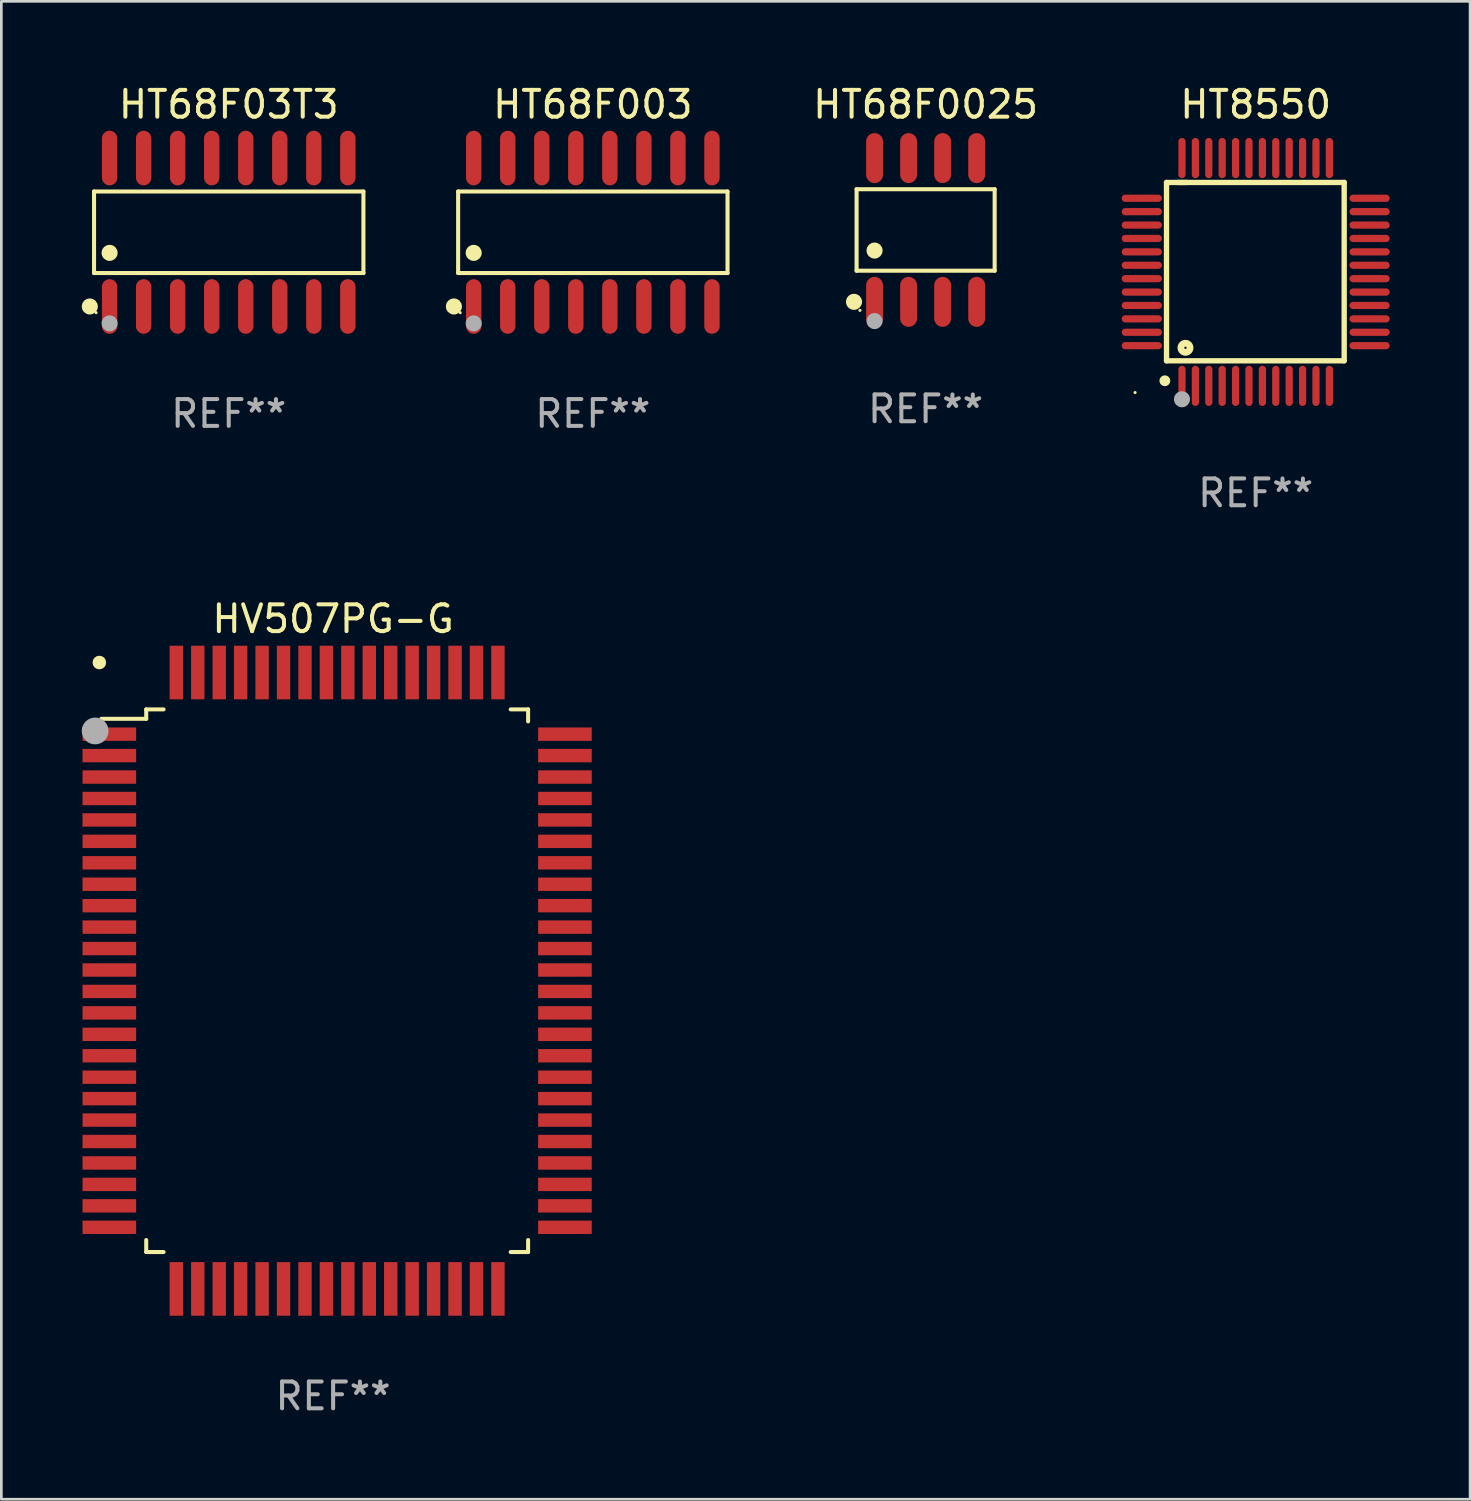
<source format=kicad_pcb>
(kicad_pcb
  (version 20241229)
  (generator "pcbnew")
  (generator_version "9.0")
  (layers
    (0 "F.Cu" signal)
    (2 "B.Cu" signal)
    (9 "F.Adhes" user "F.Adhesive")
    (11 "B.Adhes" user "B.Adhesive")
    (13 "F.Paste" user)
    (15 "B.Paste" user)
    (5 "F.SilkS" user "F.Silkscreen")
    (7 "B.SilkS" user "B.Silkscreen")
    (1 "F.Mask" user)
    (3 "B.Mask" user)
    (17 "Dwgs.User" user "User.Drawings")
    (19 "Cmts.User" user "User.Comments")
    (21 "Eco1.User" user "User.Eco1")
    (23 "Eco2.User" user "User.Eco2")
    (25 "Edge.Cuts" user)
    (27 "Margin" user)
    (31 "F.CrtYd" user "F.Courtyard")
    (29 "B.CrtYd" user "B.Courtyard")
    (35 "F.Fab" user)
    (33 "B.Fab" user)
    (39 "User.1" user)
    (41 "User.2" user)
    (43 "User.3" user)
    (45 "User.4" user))
  (footprint "HT8550"
    (layer "F.Cu")
    (at 43.805 7.098)
    (property "Reference" "HT8550" (at 0 -6.25 0) (layer "F.SilkS") (effects (font (size 1 1) (thickness 0.15))))
    (attr through_hole)
    (fp_line (start -3.327 -3.34) (end -2.565 -3.34) (stroke (width 0.2) (type solid)) (layer "F.SilkS"))
    (fp_line (start -3.327 3.315) (end -3.327 -3.34) (stroke (width 0.2) (type solid)) (layer "F.SilkS"))
    (fp_line (start -2.896 -3.34) (end 3.302 -3.34) (stroke (width 0.2) (type solid)) (layer "F.SilkS"))
    (fp_line (start 3.302 -3.34) (end 3.302 3.315) (stroke (width 0.2) (type solid)) (layer "F.SilkS"))
    (fp_line (start 3.302 3.315) (end -3.327 3.315) (stroke (width 0.2) (type solid)) (layer "F.SilkS"))
    (fp_arc (start -3.389992 4.059995) (mid -3.388722 4.059991) (end -3.387452 4.059995) (stroke (width 0.4) (type solid)) (layer "F.SilkS"))
    (fp_circle (center -4.5 4.5) (end -4.47 4.5) (stroke (width 0.06) (type solid)) (fill no) (layer "F.SilkS"))
    (fp_circle (center -2.62 2.83) (end -2.45 2.83) (stroke (width 0.254) (type solid)) (fill no) (layer "F.SilkS"))
    (fp_circle (center -2.75 4.75) (end -2.6 4.75) (stroke (width 0.3) (type solid)) (fill no) (layer "F.Fab"))
    (fp_text user "REF**" (at 0 8.25 0) (layer "F.Fab") (effects (font (size 1 1) (thickness 0.15))))
    (pad "1" smd oval (at -2.75 4.25) (size 0.27 1.5) (layers "F.Cu" "F.Mask" "F.Paste"))
    (pad "2" smd oval (at -2.25 4.25) (size 0.27 1.5) (layers "F.Cu" "F.Mask" "F.Paste"))
    (pad "3" smd oval (at -1.75 4.25) (size 0.27 1.5) (layers "F.Cu" "F.Mask" "F.Paste"))
    (pad "4" smd oval (at -1.25 4.25) (size 0.27 1.5) (layers "F.Cu" "F.Mask" "F.Paste"))
    (pad "5" smd oval (at -0.75 4.25) (size 0.27 1.5) (layers "F.Cu" "F.Mask" "F.Paste"))
    (pad "6" smd oval (at -0.25 4.25) (size 0.27 1.5) (layers "F.Cu" "F.Mask" "F.Paste"))
    (pad "7" smd oval (at 0.25 4.25) (size 0.27 1.5) (layers "F.Cu" "F.Mask" "F.Paste"))
    (pad "8" smd oval (at 0.75 4.25) (size 0.27 1.5) (layers "F.Cu" "F.Mask" "F.Paste"))
    (pad "9" smd oval (at 1.25 4.25) (size 0.27 1.5) (layers "F.Cu" "F.Mask" "F.Paste"))
    (pad "10" smd oval (at 1.75 4.25) (size 0.27 1.5) (layers "F.Cu" "F.Mask" "F.Paste"))
    (pad "11" smd oval (at 2.25 4.25) (size 0.27 1.5) (layers "F.Cu" "F.Mask" "F.Paste"))
    (pad "12" smd oval (at 2.75 4.25) (size 0.27 1.5) (layers "F.Cu" "F.Mask" "F.Paste"))
    (pad "13" smd oval (at 4.25 2.75) (size 1.5 0.27) (layers "F.Cu" "F.Mask" "F.Paste"))
    (pad "14" smd oval (at 4.25 2.25) (size 1.5 0.27) (layers "F.Cu" "F.Mask" "F.Paste"))
    (pad "15" smd oval (at 4.25 1.75) (size 1.5 0.27) (layers "F.Cu" "F.Mask" "F.Paste"))
    (pad "16" smd oval (at 4.25 1.25) (size 1.5 0.27) (layers "F.Cu" "F.Mask" "F.Paste"))
    (pad "17" smd oval (at 4.25 0.75) (size 1.5 0.27) (layers "F.Cu" "F.Mask" "F.Paste"))
    (pad "18" smd oval (at 4.25 0.25) (size 1.5 0.27) (layers "F.Cu" "F.Mask" "F.Paste"))
    (pad "19" smd oval (at 4.25 -0.25) (size 1.5 0.27) (layers "F.Cu" "F.Mask" "F.Paste"))
    (pad "20" smd oval (at 4.25 -0.75) (size 1.5 0.27) (layers "F.Cu" "F.Mask" "F.Paste"))
    (pad "21" smd oval (at 4.25 -1.25) (size 1.5 0.27) (layers "F.Cu" "F.Mask" "F.Paste"))
    (pad "22" smd oval (at 4.25 -1.75) (size 1.5 0.27) (layers "F.Cu" "F.Mask" "F.Paste"))
    (pad "23" smd oval (at 4.25 -2.25) (size 1.5 0.27) (layers "F.Cu" "F.Mask" "F.Paste"))
    (pad "24" smd oval (at 4.25 -2.75) (size 1.5 0.27) (layers "F.Cu" "F.Mask" "F.Paste"))
    (pad "25" smd oval (at 2.75 -4.25) (size 0.27 1.5) (layers "F.Cu" "F.Mask" "F.Paste"))
    (pad "26" smd oval (at 2.25 -4.25) (size 0.27 1.5) (layers "F.Cu" "F.Mask" "F.Paste"))
    (pad "27" smd oval (at 1.75 -4.25) (size 0.27 1.5) (layers "F.Cu" "F.Mask" "F.Paste"))
    (pad "28" smd oval (at 1.25 -4.25) (size 0.27 1.5) (layers "F.Cu" "F.Mask" "F.Paste"))
    (pad "29" smd oval (at 0.75 -4.25) (size 0.27 1.5) (layers "F.Cu" "F.Mask" "F.Paste"))
    (pad "30" smd oval (at 0.25 -4.25) (size 0.27 1.5) (layers "F.Cu" "F.Mask" "F.Paste"))
    (pad "31" smd oval (at -0.25 -4.25) (size 0.27 1.5) (layers "F.Cu" "F.Mask" "F.Paste"))
    (pad "32" smd oval (at -0.75 -4.25) (size 0.27 1.5) (layers "F.Cu" "F.Mask" "F.Paste"))
    (pad "33" smd oval (at -1.25 -4.25) (size 0.27 1.5) (layers "F.Cu" "F.Mask" "F.Paste"))
    (pad "34" smd oval (at -1.75 -4.25) (size 0.27 1.5) (layers "F.Cu" "F.Mask" "F.Paste"))
    (pad "35" smd oval (at -2.25 -4.25) (size 0.27 1.5) (layers "F.Cu" "F.Mask" "F.Paste"))
    (pad "36" smd oval (at -2.75 -4.25) (size 0.27 1.5) (layers "F.Cu" "F.Mask" "F.Paste"))
    (pad "37" smd oval (at -4.25 -2.75) (size 1.5 0.27) (layers "F.Cu" "F.Mask" "F.Paste"))
    (pad "38" smd oval (at -4.25 -2.25) (size 1.5 0.27) (layers "F.Cu" "F.Mask" "F.Paste"))
    (pad "39" smd oval (at -4.25 -1.75) (size 1.5 0.27) (layers "F.Cu" "F.Mask" "F.Paste"))
    (pad "40" smd oval (at -4.25 -1.25) (size 1.5 0.27) (layers "F.Cu" "F.Mask" "F.Paste"))
    (pad "41" smd oval (at -4.25 -0.75) (size 1.5 0.27) (layers "F.Cu" "F.Mask" "F.Paste"))
    (pad "42" smd oval (at -4.25 -0.25) (size 1.5 0.27) (layers "F.Cu" "F.Mask" "F.Paste"))
    (pad "43" smd oval (at -4.25 0.25) (size 1.5 0.27) (layers "F.Cu" "F.Mask" "F.Paste"))
    (pad "44" smd oval (at -4.25 0.75) (size 1.5 0.27) (layers "F.Cu" "F.Mask" "F.Paste"))
    (pad "45" smd oval (at -4.25 1.25) (size 1.5 0.27) (layers "F.Cu" "F.Mask" "F.Paste"))
    (pad "46" smd oval (at -4.25 1.75) (size 1.5 0.27) (layers "F.Cu" "F.Mask" "F.Paste"))
    (pad "47" smd oval (at -4.25 2.25) (size 1.5 0.27) (layers "F.Cu" "F.Mask" "F.Paste"))
    (pad "48" smd oval (at -4.25 2.75) (size 1.5 0.27) (layers "F.Cu" "F.Mask" "F.Paste")))
  (footprint "HT68F0025"
    (layer "F.Cu")
    (at 31.489 5.531)
    (property "Reference" "HT68F0025" (at 0 -4.682 0) (layer "F.SilkS") (effects (font (size 1 1) (thickness 0.15))))
    (attr through_hole)
    (fp_line (start -2.576 -1.521) (end 2.576 -1.521) (stroke (width 0.152) (type solid)) (layer "F.SilkS"))
    (fp_line (start -2.576 1.521) (end -2.576 -1.521) (stroke (width 0.152) (type solid)) (layer "F.SilkS"))
    (fp_line (start 2.576 -1.521) (end 2.576 1.521) (stroke (width 0.152) (type solid)) (layer "F.SilkS"))
    (fp_line (start 2.576 1.521) (end -2.576 1.521) (stroke (width 0.152) (type solid)) (layer "F.SilkS"))
    (fp_circle (center -2.672 2.682) (end -2.522 2.682) (stroke (width 0.3) (type solid)) (fill no) (layer "F.SilkS"))
    (fp_circle (center -2.45 3) (end -2.42 3) (stroke (width 0.06) (type solid)) (fill no) (layer "F.SilkS"))
    (fp_circle (center -1.905 0.769) (end -1.755 0.769) (stroke (width 0.3) (type solid)) (fill no) (layer "F.SilkS"))
    (fp_circle (center -1.905 3.4) (end -1.755 3.4) (stroke (width 0.3) (type solid)) (fill no) (layer "F.Fab"))
    (fp_text user "REF**" (at 0 6.682 0) (layer "F.Fab") (effects (font (size 1 1) (thickness 0.15))))
    (pad "1" smd oval (at -1.905 2.682) (size 0.63 1.865) (layers "F.Cu" "F.Mask" "F.Paste"))
    (pad "2" smd oval (at -0.635 2.682) (size 0.63 1.865) (layers "F.Cu" "F.Mask" "F.Paste"))
    (pad "3" smd oval (at 0.635 2.682) (size 0.63 1.865) (layers "F.Cu" "F.Mask" "F.Paste"))
    (pad "4" smd oval (at 1.905 2.682) (size 0.63 1.865) (layers "F.Cu" "F.Mask" "F.Paste"))
    (pad "5" smd oval (at 1.905 -2.682) (size 0.63 1.865) (layers "F.Cu" "F.Mask" "F.Paste"))
    (pad "6" smd oval (at 0.635 -2.682) (size 0.63 1.865) (layers "F.Cu" "F.Mask" "F.Paste"))
    (pad "7" smd oval (at -0.635 -2.682) (size 0.63 1.865) (layers "F.Cu" "F.Mask" "F.Paste"))
    (pad "8" smd oval (at -1.905 -2.682) (size 0.63 1.865) (layers "F.Cu" "F.Mask" "F.Paste")))
  (footprint "HT68F003"
    (layer "F.Cu")
    (at 19.071 5.617)
    (property "Reference" "HT68F003" (at 0 -4.769 0) (layer "F.SilkS") (effects (font (size 1 1) (thickness 0.15))))
    (attr through_hole)
    (fp_line (start -5.026 -1.521) (end 5.026 -1.521) (stroke (width 0.152) (type solid)) (layer "F.SilkS"))
    (fp_line (start -5.026 1.521) (end -5.026 -1.521) (stroke (width 0.152) (type solid)) (layer "F.SilkS"))
    (fp_line (start 5.026 -1.521) (end 5.026 1.521) (stroke (width 0.152) (type solid)) (layer "F.SilkS"))
    (fp_line (start 5.026 1.521) (end -5.026 1.521) (stroke (width 0.152) (type solid)) (layer "F.SilkS"))
    (fp_circle (center -5.184 2.769) (end -5.034 2.769) (stroke (width 0.3) (type solid)) (fill no) (layer "F.SilkS"))
    (fp_circle (center -4.95 3) (end -4.92 3) (stroke (width 0.06) (type solid)) (fill no) (layer "F.SilkS"))
    (fp_circle (center -4.445 0.769) (end -4.295 0.769) (stroke (width 0.3) (type solid)) (fill no) (layer "F.SilkS"))
    (fp_circle (center -4.445 3.4) (end -4.295 3.4) (stroke (width 0.3) (type solid)) (fill no) (layer "F.Fab"))
    (fp_text user "REF**" (at 0 6.769 0) (layer "F.Fab") (effects (font (size 1 1) (thickness 0.15))))
    (pad "1" smd oval (at -4.445 2.769) (size 0.574 2.038) (layers "F.Cu" "F.Mask" "F.Paste"))
    (pad "2" smd oval (at -3.175 2.769) (size 0.574 2.038) (layers "F.Cu" "F.Mask" "F.Paste"))
    (pad "3" smd oval (at -1.905 2.769) (size 0.574 2.038) (layers "F.Cu" "F.Mask" "F.Paste"))
    (pad "4" smd oval (at -0.635 2.769) (size 0.574 2.038) (layers "F.Cu" "F.Mask" "F.Paste"))
    (pad "5" smd oval (at 0.635 2.769) (size 0.574 2.038) (layers "F.Cu" "F.Mask" "F.Paste"))
    (pad "6" smd oval (at 1.905 2.769) (size 0.574 2.038) (layers "F.Cu" "F.Mask" "F.Paste"))
    (pad "7" smd oval (at 3.175 2.769) (size 0.574 2.038) (layers "F.Cu" "F.Mask" "F.Paste"))
    (pad "8" smd oval (at 4.445 2.769) (size 0.574 2.038) (layers "F.Cu" "F.Mask" "F.Paste"))
    (pad "9" smd oval (at 4.445 -2.769) (size 0.574 2.038) (layers "F.Cu" "F.Mask" "F.Paste"))
    (pad "10" smd oval (at 3.175 -2.769) (size 0.574 2.038) (layers "F.Cu" "F.Mask" "F.Paste"))
    (pad "11" smd oval (at 1.905 -2.769) (size 0.574 2.038) (layers "F.Cu" "F.Mask" "F.Paste"))
    (pad "12" smd oval (at 0.635 -2.769) (size 0.574 2.038) (layers "F.Cu" "F.Mask" "F.Paste"))
    (pad "13" smd oval (at -0.635 -2.769) (size 0.574 2.038) (layers "F.Cu" "F.Mask" "F.Paste"))
    (pad "14" smd oval (at -1.905 -2.769) (size 0.574 2.038) (layers "F.Cu" "F.Mask" "F.Paste"))
    (pad "15" smd oval (at -3.175 -2.769) (size 0.574 2.038) (layers "F.Cu" "F.Mask" "F.Paste"))
    (pad "16" smd oval (at -4.445 -2.769) (size 0.574 2.038) (layers "F.Cu" "F.Mask" "F.Paste")))
  (footprint "HT68F03T3"
    (layer "F.Cu")
    (at 5.485 5.617)
    (property "Reference" "HT68F03T3" (at 0 -4.769 0) (layer "F.SilkS") (effects (font (size 1 1) (thickness 0.15))))
    (attr through_hole)
    (fp_line (start -5.026 -1.521) (end 5.026 -1.521) (stroke (width 0.152) (type solid)) (layer "F.SilkS"))
    (fp_line (start -5.026 1.521) (end -5.026 -1.521) (stroke (width 0.152) (type solid)) (layer "F.SilkS"))
    (fp_line (start 5.026 -1.521) (end 5.026 1.521) (stroke (width 0.152) (type solid)) (layer "F.SilkS"))
    (fp_line (start 5.026 1.521) (end -5.026 1.521) (stroke (width 0.152) (type solid)) (layer "F.SilkS"))
    (fp_circle (center -5.184 2.769) (end -5.034 2.769) (stroke (width 0.3) (type solid)) (fill no) (layer "F.SilkS"))
    (fp_circle (center -4.95 3) (end -4.92 3) (stroke (width 0.06) (type solid)) (fill no) (layer "F.SilkS"))
    (fp_circle (center -4.445 0.769) (end -4.295 0.769) (stroke (width 0.3) (type solid)) (fill no) (layer "F.SilkS"))
    (fp_circle (center -4.445 3.4) (end -4.295 3.4) (stroke (width 0.3) (type solid)) (fill no) (layer "F.Fab"))
    (fp_text user "REF**" (at 0 6.769 0) (layer "F.Fab") (effects (font (size 1 1) (thickness 0.15))))
    (pad "1" smd oval (at -4.445 2.769) (size 0.574 2.038) (layers "F.Cu" "F.Mask" "F.Paste"))
    (pad "2" smd oval (at -3.175 2.769) (size 0.574 2.038) (layers "F.Cu" "F.Mask" "F.Paste"))
    (pad "3" smd oval (at -1.905 2.769) (size 0.574 2.038) (layers "F.Cu" "F.Mask" "F.Paste"))
    (pad "4" smd oval (at -0.635 2.769) (size 0.574 2.038) (layers "F.Cu" "F.Mask" "F.Paste"))
    (pad "5" smd oval (at 0.635 2.769) (size 0.574 2.038) (layers "F.Cu" "F.Mask" "F.Paste"))
    (pad "6" smd oval (at 1.905 2.769) (size 0.574 2.038) (layers "F.Cu" "F.Mask" "F.Paste"))
    (pad "7" smd oval (at 3.175 2.769) (size 0.574 2.038) (layers "F.Cu" "F.Mask" "F.Paste"))
    (pad "8" smd oval (at 4.445 2.769) (size 0.574 2.038) (layers "F.Cu" "F.Mask" "F.Paste"))
    (pad "9" smd oval (at 4.445 -2.769) (size 0.574 2.038) (layers "F.Cu" "F.Mask" "F.Paste"))
    (pad "10" smd oval (at 3.175 -2.769) (size 0.574 2.038) (layers "F.Cu" "F.Mask" "F.Paste"))
    (pad "11" smd oval (at 1.905 -2.769) (size 0.574 2.038) (layers "F.Cu" "F.Mask" "F.Paste"))
    (pad "12" smd oval (at 0.635 -2.769) (size 0.574 2.038) (layers "F.Cu" "F.Mask" "F.Paste"))
    (pad "13" smd oval (at -0.635 -2.769) (size 0.574 2.038) (layers "F.Cu" "F.Mask" "F.Paste"))
    (pad "14" smd oval (at -1.905 -2.769) (size 0.574 2.038) (layers "F.Cu" "F.Mask" "F.Paste"))
    (pad "15" smd oval (at -3.175 -2.769) (size 0.574 2.038) (layers "F.Cu" "F.Mask" "F.Paste"))
    (pad "16" smd oval (at -4.445 -2.769) (size 0.574 2.038) (layers "F.Cu" "F.Mask" "F.Paste")))
  (footprint "HV507PG-G"
    (layer "F.Cu")
    (at 9.38 33.545)
    (property "Reference" "HV507PG-G" (at 0 -13.5 0) (layer "F.SilkS") (effects (font (size 1 1) (thickness 0.15))))
    (attr through_hole)
    (fp_line (start -6.974 -10.125) (end -6.974 -9.774) (stroke (width 0.15) (type solid)) (layer "F.SilkS"))
    (fp_line (start -6.974 -9.774) (end -8.65 -9.774) (stroke (width 0.15) (type solid)) (layer "F.SilkS"))
    (fp_line (start -6.974 10.124) (end -6.974 9.675) (stroke (width 0.15) (type solid)) (layer "F.SilkS"))
    (fp_line (start -6.326 -10.125) (end -6.974 -10.125) (stroke (width 0.15) (type solid)) (layer "F.SilkS"))
    (fp_line (start -6.326 10.124) (end -6.974 10.124) (stroke (width 0.15) (type solid)) (layer "F.SilkS"))
    (fp_line (start 6.625 -10.125) (end 7.276 -10.125) (stroke (width 0.15) (type solid)) (layer "F.SilkS"))
    (fp_line (start 6.625 10.124) (end 7.276 10.124) (stroke (width 0.15) (type solid)) (layer "F.SilkS"))
    (fp_line (start 7.276 -10.125) (end 7.276 -9.675) (stroke (width 0.15) (type solid)) (layer "F.SilkS"))
    (fp_line (start 7.276 10.124) (end 7.276 9.675) (stroke (width 0.15) (type solid)) (layer "F.SilkS"))
    (fp_circle (center -8.723 -11.873) (end -8.596 -11.873) (stroke (width 0.254) (type solid)) (fill no) (layer "F.SilkS"))
    (fp_circle (center -8.88 -9.32) (end -8.63 -9.32) (stroke (width 0.5) (type solid)) (fill no) (layer "F.Fab"))
    (fp_text user "REF**" (at 0 15.5 0) (layer "F.Fab") (effects (font (size 1 1) (thickness 0.15))))
    (pad "1" smd rect (at -8.35 -9.2) (size 2 0.5) (layers "F.Cu" "F.Mask" "F.Paste"))
    (pad "2" smd rect (at -8.35 -8.4) (size 2 0.5) (layers "F.Cu" "F.Mask" "F.Paste"))
    (pad "3" smd rect (at -8.35 -7.6) (size 2 0.5) (layers "F.Cu" "F.Mask" "F.Paste"))
    (pad "4" smd rect (at -8.35 -6.8) (size 2 0.5) (layers "F.Cu" "F.Mask" "F.Paste"))
    (pad "5" smd rect (at -8.35 -6) (size 2 0.5) (layers "F.Cu" "F.Mask" "F.Paste"))
    (pad "6" smd rect (at -8.35 -5.2) (size 2 0.5) (layers "F.Cu" "F.Mask" "F.Paste"))
    (pad "7" smd rect (at -8.35 -4.4) (size 2 0.5) (layers "F.Cu" "F.Mask" "F.Paste"))
    (pad "8" smd rect (at -8.35 -3.6) (size 2 0.5) (layers "F.Cu" "F.Mask" "F.Paste"))
    (pad "9" smd rect (at -8.35 -2.8) (size 2 0.5) (layers "F.Cu" "F.Mask" "F.Paste"))
    (pad "10" smd rect (at -8.35 -2) (size 2 0.5) (layers "F.Cu" "F.Mask" "F.Paste"))
    (pad "11" smd rect (at -8.35 -1.2) (size 2 0.5) (layers "F.Cu" "F.Mask" "F.Paste"))
    (pad "12" smd rect (at -8.35 -0.4) (size 2 0.5) (layers "F.Cu" "F.Mask" "F.Paste"))
    (pad "13" smd rect (at -8.35 0.4) (size 2 0.5) (layers "F.Cu" "F.Mask" "F.Paste"))
    (pad "14" smd rect (at -8.35 1.2) (size 2 0.5) (layers "F.Cu" "F.Mask" "F.Paste"))
    (pad "15" smd rect (at -8.35 2) (size 2 0.5) (layers "F.Cu" "F.Mask" "F.Paste"))
    (pad "16" smd rect (at -8.35 2.8) (size 2 0.5) (layers "F.Cu" "F.Mask" "F.Paste"))
    (pad "17" smd rect (at -8.35 3.6) (size 2 0.5) (layers "F.Cu" "F.Mask" "F.Paste"))
    (pad "18" smd rect (at -8.35 4.4) (size 2 0.5) (layers "F.Cu" "F.Mask" "F.Paste"))
    (pad "19" smd rect (at -8.35 5.2) (size 2 0.5) (layers "F.Cu" "F.Mask" "F.Paste"))
    (pad "20" smd rect (at -8.35 6) (size 2 0.5) (layers "F.Cu" "F.Mask" "F.Paste"))
    (pad "21" smd rect (at -8.35 6.8) (size 2 0.5) (layers "F.Cu" "F.Mask" "F.Paste"))
    (pad "22" smd rect (at -8.35 7.6) (size 2 0.5) (layers "F.Cu" "F.Mask" "F.Paste"))
    (pad "23" smd rect (at -8.35 8.4) (size 2 0.5) (layers "F.Cu" "F.Mask" "F.Paste"))
    (pad "24" smd rect (at -8.35 9.2) (size 2 0.5) (layers "F.Cu" "F.Mask" "F.Paste"))
    (pad "25" smd rect (at -5.85 11.5 90) (size 2 0.5) (layers "F.Cu" "F.Mask" "F.Paste"))
    (pad "26" smd rect (at -5.05 11.5 90) (size 2 0.5) (layers "F.Cu" "F.Mask" "F.Paste"))
    (pad "27" smd rect (at -4.25 11.5 90) (size 2 0.5) (layers "F.Cu" "F.Mask" "F.Paste"))
    (pad "28" smd rect (at -3.45 11.5 90) (size 2 0.5) (layers "F.Cu" "F.Mask" "F.Paste"))
    (pad "29" smd rect (at -2.65 11.5 90) (size 2 0.5) (layers "F.Cu" "F.Mask" "F.Paste"))
    (pad "30" smd rect (at -1.85 11.5 90) (size 2 0.5) (layers "F.Cu" "F.Mask" "F.Paste"))
    (pad "31" smd rect (at -1.05 11.5 90) (size 2 0.5) (layers "F.Cu" "F.Mask" "F.Paste"))
    (pad "32" smd rect (at -0.25 11.5 90) (size 2 0.5) (layers "F.Cu" "F.Mask" "F.Paste"))
    (pad "33" smd rect (at 0.55 11.5 90) (size 2 0.5) (layers "F.Cu" "F.Mask" "F.Paste"))
    (pad "34" smd rect (at 1.35 11.5 90) (size 2 0.5) (layers "F.Cu" "F.Mask" "F.Paste"))
    (pad "35" smd rect (at 2.15 11.5 90) (size 2 0.5) (layers "F.Cu" "F.Mask" "F.Paste"))
    (pad "36" smd rect (at 2.95 11.5 90) (size 2 0.5) (layers "F.Cu" "F.Mask" "F.Paste"))
    (pad "37" smd rect (at 3.75 11.5 90) (size 2 0.5) (layers "F.Cu" "F.Mask" "F.Paste"))
    (pad "38" smd rect (at 4.55 11.5 90) (size 2 0.5) (layers "F.Cu" "F.Mask" "F.Paste"))
    (pad "39" smd rect (at 5.35 11.5 90) (size 2 0.5) (layers "F.Cu" "F.Mask" "F.Paste"))
    (pad "40" smd rect (at 6.15 11.5 90) (size 2 0.5) (layers "F.Cu" "F.Mask" "F.Paste"))
    (pad "41" smd rect (at 8.65 9.2) (size 2 0.5) (layers "F.Cu" "F.Mask" "F.Paste"))
    (pad "42" smd rect (at 8.65 8.4) (size 2 0.5) (layers "F.Cu" "F.Mask" "F.Paste"))
    (pad "43" smd rect (at 8.65 7.6) (size 2 0.5) (layers "F.Cu" "F.Mask" "F.Paste"))
    (pad "44" smd rect (at 8.65 6.8) (size 2 0.5) (layers "F.Cu" "F.Mask" "F.Paste"))
    (pad "45" smd rect (at 8.65 6) (size 2 0.5) (layers "F.Cu" "F.Mask" "F.Paste"))
    (pad "46" smd rect (at 8.65 5.2) (size 2 0.5) (layers "F.Cu" "F.Mask" "F.Paste"))
    (pad "47" smd rect (at 8.65 4.4) (size 2 0.5) (layers "F.Cu" "F.Mask" "F.Paste"))
    (pad "48" smd rect (at 8.65 3.6) (size 2 0.5) (layers "F.Cu" "F.Mask" "F.Paste"))
    (pad "49" smd rect (at 8.65 2.8) (size 2 0.5) (layers "F.Cu" "F.Mask" "F.Paste"))
    (pad "50" smd rect (at 8.65 2) (size 2 0.5) (layers "F.Cu" "F.Mask" "F.Paste"))
    (pad "51" smd rect (at 8.65 1.2) (size 2 0.5) (layers "F.Cu" "F.Mask" "F.Paste"))
    (pad "52" smd rect (at 8.65 0.4) (size 2 0.5) (layers "F.Cu" "F.Mask" "F.Paste"))
    (pad "53" smd rect (at 8.65 -0.4) (size 2 0.5) (layers "F.Cu" "F.Mask" "F.Paste"))
    (pad "54" smd rect (at 8.65 -1.2) (size 2 0.5) (layers "F.Cu" "F.Mask" "F.Paste"))
    (pad "55" smd rect (at 8.65 -2) (size 2 0.5) (layers "F.Cu" "F.Mask" "F.Paste"))
    (pad "56" smd rect (at 8.65 -2.8) (size 2 0.5) (layers "F.Cu" "F.Mask" "F.Paste"))
    (pad "57" smd rect (at 8.65 -3.6) (size 2 0.5) (layers "F.Cu" "F.Mask" "F.Paste"))
    (pad "58" smd rect (at 8.65 -4.4) (size 2 0.5) (layers "F.Cu" "F.Mask" "F.Paste"))
    (pad "59" smd rect (at 8.65 -5.2) (size 2 0.5) (layers "F.Cu" "F.Mask" "F.Paste"))
    (pad "60" smd rect (at 8.65 -6) (size 2 0.5) (layers "F.Cu" "F.Mask" "F.Paste"))
    (pad "61" smd rect (at 8.65 -6.8) (size 2 0.5) (layers "F.Cu" "F.Mask" "F.Paste"))
    (pad "62" smd rect (at 8.65 -7.6) (size 2 0.5) (layers "F.Cu" "F.Mask" "F.Paste"))
    (pad "63" smd rect (at 8.65 -8.4) (size 2 0.5) (layers "F.Cu" "F.Mask" "F.Paste"))
    (pad "64" smd rect (at 8.65 -9.2) (size 2 0.5) (layers "F.Cu" "F.Mask" "F.Paste"))
    (pad "65" smd rect (at 6.15 -11.5 90) (size 2 0.5) (layers "F.Cu" "F.Mask" "F.Paste"))
    (pad "66" smd rect (at 5.35 -11.5 90) (size 2 0.5) (layers "F.Cu" "F.Mask" "F.Paste"))
    (pad "67" smd rect (at 4.55 -11.5 90) (size 2 0.5) (layers "F.Cu" "F.Mask" "F.Paste"))
    (pad "68" smd rect (at 3.75 -11.5 90) (size 2 0.5) (layers "F.Cu" "F.Mask" "F.Paste"))
    (pad "69" smd rect (at 2.95 -11.5 90) (size 2 0.5) (layers "F.Cu" "F.Mask" "F.Paste"))
    (pad "70" smd rect (at 2.15 -11.5 90) (size 2 0.5) (layers "F.Cu" "F.Mask" "F.Paste"))
    (pad "71" smd rect (at 1.35 -11.5 90) (size 2 0.5) (layers "F.Cu" "F.Mask" "F.Paste"))
    (pad "72" smd rect (at 0.55 -11.5 90) (size 2 0.5) (layers "F.Cu" "F.Mask" "F.Paste"))
    (pad "73" smd rect (at -0.25 -11.5 90) (size 2 0.5) (layers "F.Cu" "F.Mask" "F.Paste"))
    (pad "74" smd rect (at -1.05 -11.5 90) (size 2 0.5) (layers "F.Cu" "F.Mask" "F.Paste"))
    (pad "75" smd rect (at -1.85 -11.5 90) (size 2 0.5) (layers "F.Cu" "F.Mask" "F.Paste"))
    (pad "76" smd rect (at -2.65 -11.5 90) (size 2 0.5) (layers "F.Cu" "F.Mask" "F.Paste"))
    (pad "77" smd rect (at -3.45 -11.5 90) (size 2 0.5) (layers "F.Cu" "F.Mask" "F.Paste"))
    (pad "78" smd rect (at -4.25 -11.5 90) (size 2 0.5) (layers "F.Cu" "F.Mask" "F.Paste"))
    (pad "79" smd rect (at -5.05 -11.5 90) (size 2 0.5) (layers "F.Cu" "F.Mask" "F.Paste"))
    (pad "80" smd rect (at -5.85 -11.5 90) (size 2 0.5) (layers "F.Cu" "F.Mask" "F.Paste")))
  (gr_rect
    (start -3 -3)
    (end 51.805 52.893)
    (stroke (width 0.1) (type default))
    (fill no)
    (layer "Edge.Cuts")))
</source>
